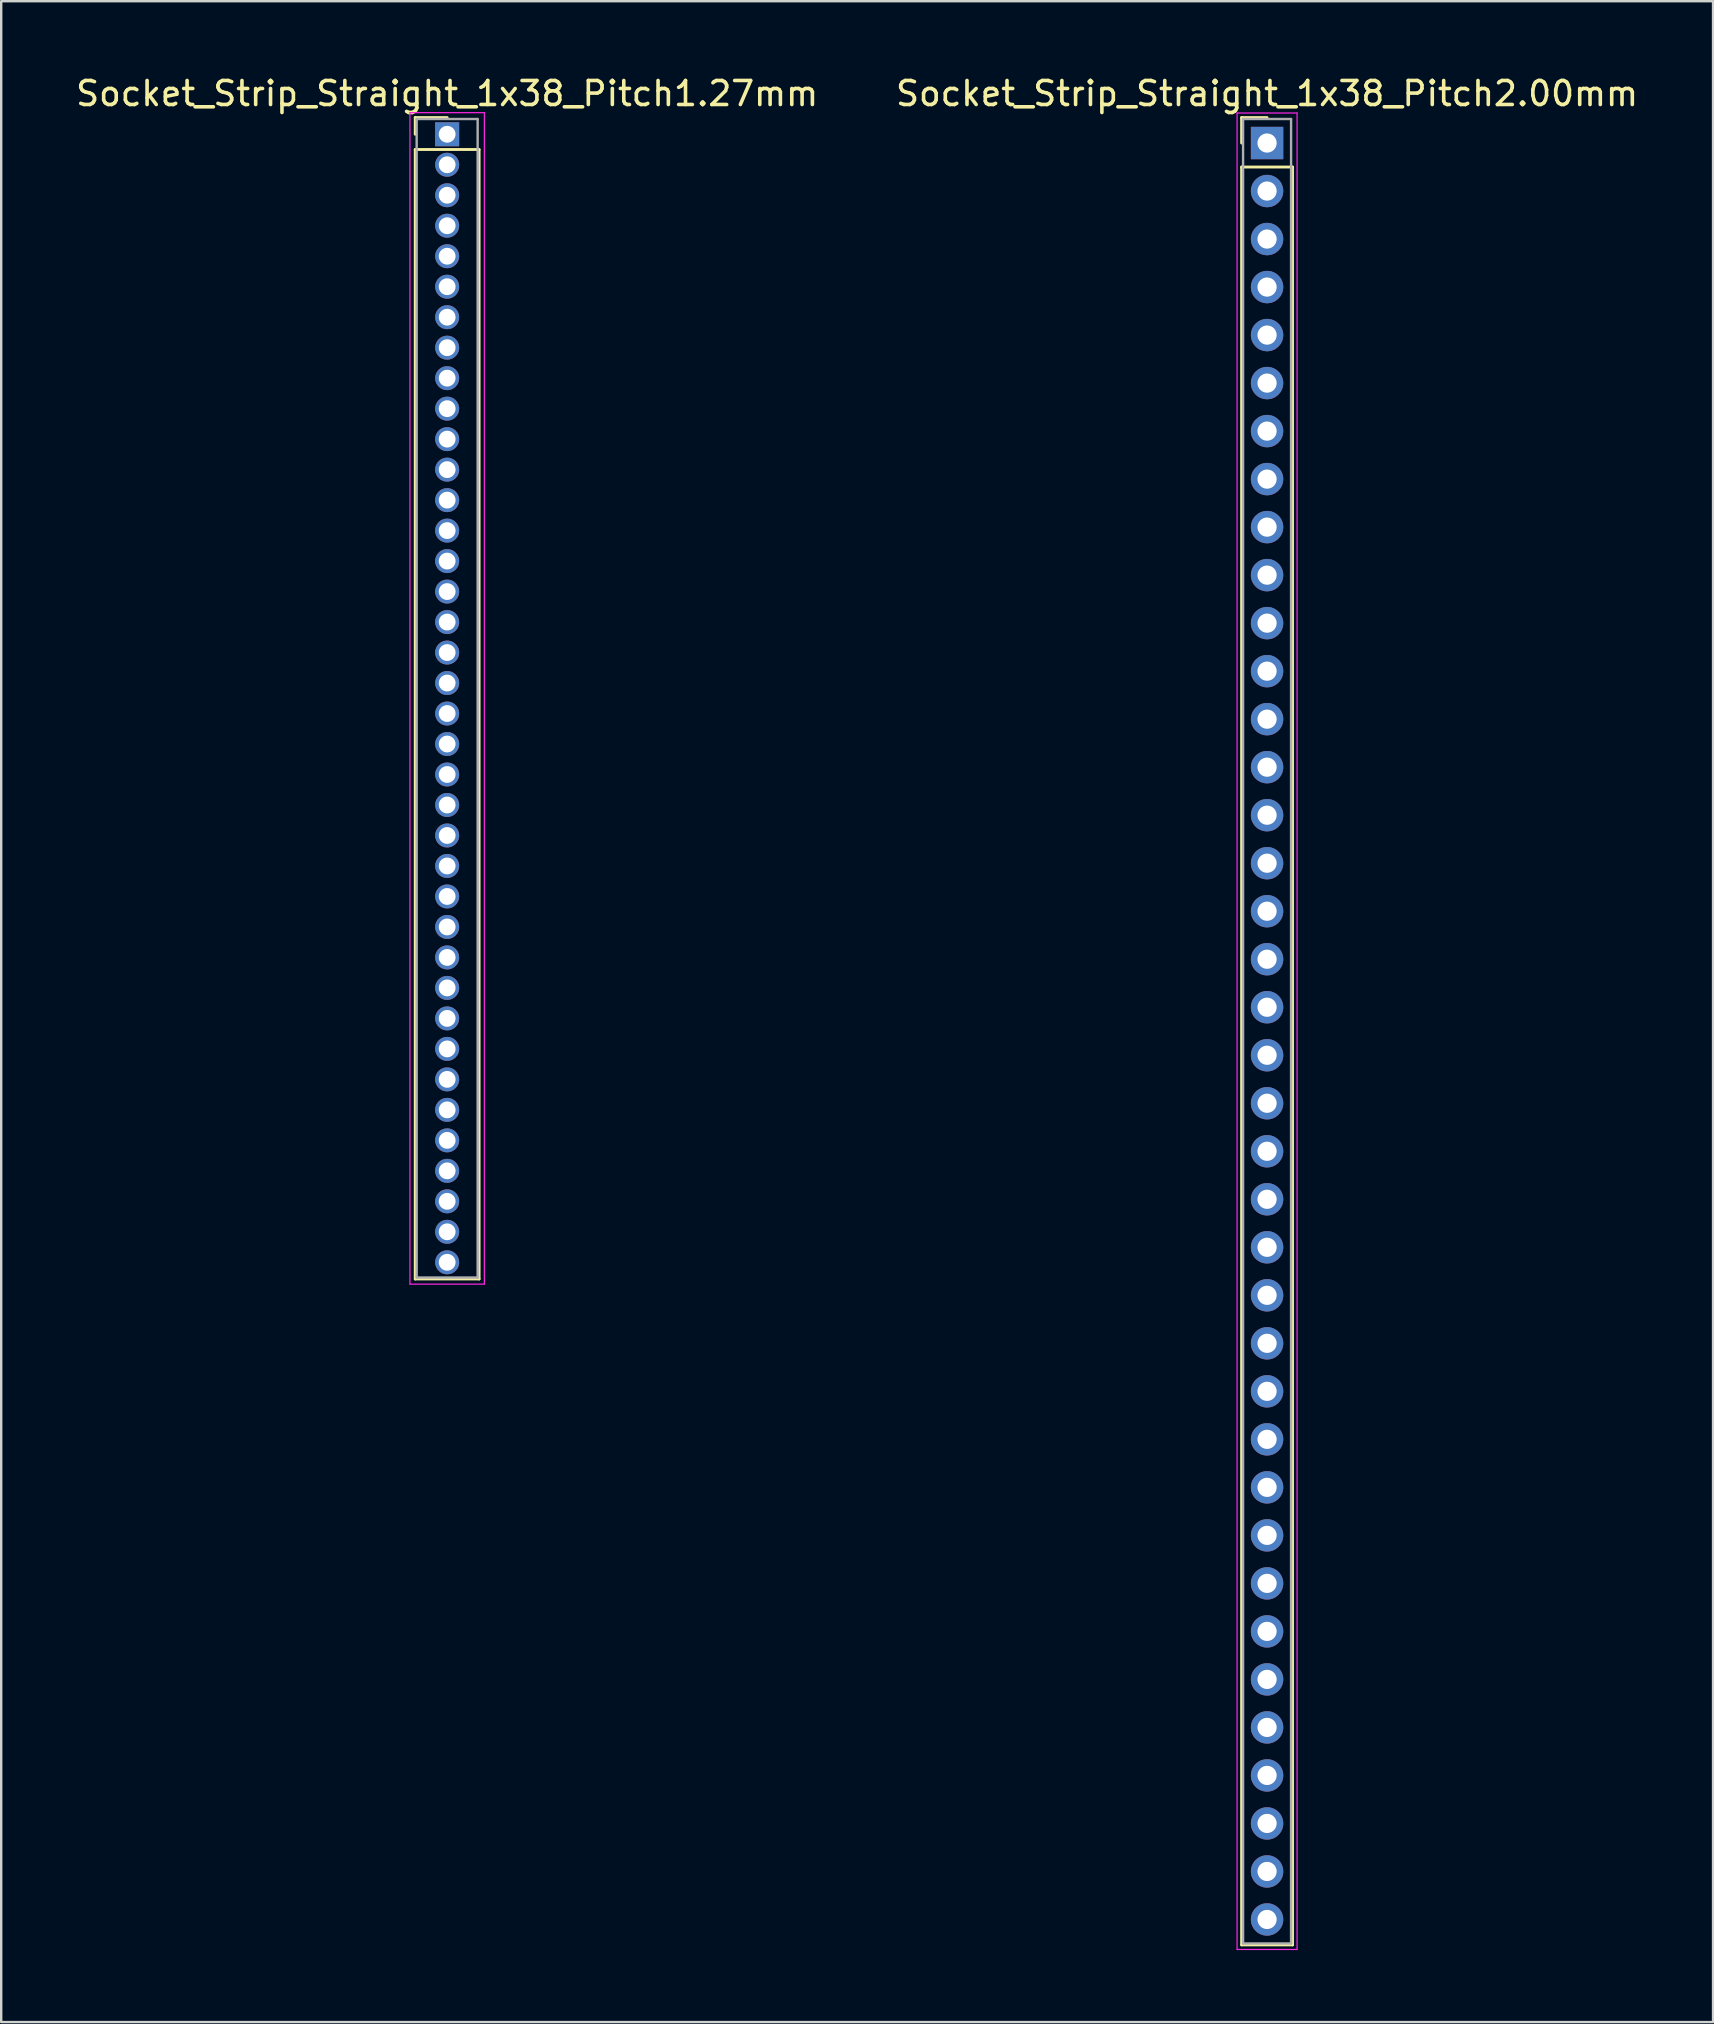
<source format=kicad_pcb>
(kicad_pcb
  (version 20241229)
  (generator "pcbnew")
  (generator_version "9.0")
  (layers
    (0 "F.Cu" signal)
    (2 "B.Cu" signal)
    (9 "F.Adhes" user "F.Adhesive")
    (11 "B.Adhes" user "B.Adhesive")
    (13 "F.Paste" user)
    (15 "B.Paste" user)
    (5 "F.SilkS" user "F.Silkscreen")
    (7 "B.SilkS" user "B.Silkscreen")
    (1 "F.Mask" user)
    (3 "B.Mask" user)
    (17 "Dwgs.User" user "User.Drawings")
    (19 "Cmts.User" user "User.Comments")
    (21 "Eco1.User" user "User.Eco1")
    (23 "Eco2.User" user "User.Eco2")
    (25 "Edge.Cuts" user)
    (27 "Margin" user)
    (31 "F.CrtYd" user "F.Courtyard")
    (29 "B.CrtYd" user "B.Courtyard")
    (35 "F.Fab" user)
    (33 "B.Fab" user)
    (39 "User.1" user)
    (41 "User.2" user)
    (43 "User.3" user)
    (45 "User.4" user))
  (footprint "Socket_Strip_Straight_1x38_Pitch2.00mm"
    (layer "F.Cu")
    (at 49.732 2.908)
    (property "Reference" "Socket_Strip_Straight_1x38_Pitch2.00mm" (at 0 -2.06 0) (layer "F.SilkS") (effects (font (size 1 1) (thickness 0.15))))
    (attr through_hole)
    (fp_line (start -1.06 -1.06) (end 0 -1.06) (stroke (width 0.12) (type solid)) (layer "F.SilkS"))
    (fp_line (start -1.06 0) (end -1.06 -1.06) (stroke (width 0.12) (type solid)) (layer "F.SilkS"))
    (fp_line (start -1.06 1) (end -1.06 75.06) (stroke (width 0.12) (type solid)) (layer "F.SilkS"))
    (fp_line (start -1.06 75.06) (end 1.06 75.06) (stroke (width 0.12) (type solid)) (layer "F.SilkS"))
    (fp_line (start 1.06 1) (end -1.06 1) (stroke (width 0.12) (type solid)) (layer "F.SilkS"))
    (fp_line (start 1.06 75.06) (end 1.06 1) (stroke (width 0.12) (type solid)) (layer "F.SilkS"))
    (fp_line (start -1.25 -1.25) (end -1.25 75.25) (stroke (width 0.05) (type solid)) (layer "F.CrtYd"))
    (fp_line (start -1.25 75.25) (end 1.25 75.25) (stroke (width 0.05) (type solid)) (layer "F.CrtYd"))
    (fp_line (start 1.25 -1.25) (end -1.25 -1.25) (stroke (width 0.05) (type solid)) (layer "F.CrtYd"))
    (fp_line (start 1.25 75.25) (end 1.25 -1.25) (stroke (width 0.05) (type solid)) (layer "F.CrtYd"))
    (fp_line (start -1 -1) (end -1 75) (stroke (width 0.1) (type solid)) (layer "F.Fab"))
    (fp_line (start -1 75) (end 1 75) (stroke (width 0.1) (type solid)) (layer "F.Fab"))
    (fp_line (start 1 -1) (end -1 -1) (stroke (width 0.1) (type solid)) (layer "F.Fab"))
    (fp_line (start 1 75) (end 1 -1) (stroke (width 0.1) (type solid)) (layer "F.Fab"))
    (pad "1" thru_hole rect (at 0 0) (size 1.35 1.35) (drill 0.8) (layers "*.Cu" "*.Mask"))
    (pad "2" thru_hole oval (at 0 2) (size 1.35 1.35) (drill 0.8) (layers "*.Cu" "*.Mask"))
    (pad "3" thru_hole oval (at 0 4) (size 1.35 1.35) (drill 0.8) (layers "*.Cu" "*.Mask"))
    (pad "4" thru_hole oval (at 0 6) (size 1.35 1.35) (drill 0.8) (layers "*.Cu" "*.Mask"))
    (pad "5" thru_hole oval (at 0 8) (size 1.35 1.35) (drill 0.8) (layers "*.Cu" "*.Mask"))
    (pad "6" thru_hole oval (at 0 10) (size 1.35 1.35) (drill 0.8) (layers "*.Cu" "*.Mask"))
    (pad "7" thru_hole oval (at 0 12) (size 1.35 1.35) (drill 0.8) (layers "*.Cu" "*.Mask"))
    (pad "8" thru_hole oval (at 0 14) (size 1.35 1.35) (drill 0.8) (layers "*.Cu" "*.Mask"))
    (pad "9" thru_hole oval (at 0 16) (size 1.35 1.35) (drill 0.8) (layers "*.Cu" "*.Mask"))
    (pad "10" thru_hole oval (at 0 18) (size 1.35 1.35) (drill 0.8) (layers "*.Cu" "*.Mask"))
    (pad "11" thru_hole oval (at 0 20) (size 1.35 1.35) (drill 0.8) (layers "*.Cu" "*.Mask"))
    (pad "12" thru_hole oval (at 0 22) (size 1.35 1.35) (drill 0.8) (layers "*.Cu" "*.Mask"))
    (pad "13" thru_hole oval (at 0 24) (size 1.35 1.35) (drill 0.8) (layers "*.Cu" "*.Mask"))
    (pad "14" thru_hole oval (at 0 26) (size 1.35 1.35) (drill 0.8) (layers "*.Cu" "*.Mask"))
    (pad "15" thru_hole oval (at 0 28) (size 1.35 1.35) (drill 0.8) (layers "*.Cu" "*.Mask"))
    (pad "16" thru_hole oval (at 0 30) (size 1.35 1.35) (drill 0.8) (layers "*.Cu" "*.Mask"))
    (pad "17" thru_hole oval (at 0 32) (size 1.35 1.35) (drill 0.8) (layers "*.Cu" "*.Mask"))
    (pad "18" thru_hole oval (at 0 34) (size 1.35 1.35) (drill 0.8) (layers "*.Cu" "*.Mask"))
    (pad "19" thru_hole oval (at 0 36) (size 1.35 1.35) (drill 0.8) (layers "*.Cu" "*.Mask"))
    (pad "20" thru_hole oval (at 0 38) (size 1.35 1.35) (drill 0.8) (layers "*.Cu" "*.Mask"))
    (pad "21" thru_hole oval (at 0 40) (size 1.35 1.35) (drill 0.8) (layers "*.Cu" "*.Mask"))
    (pad "22" thru_hole oval (at 0 42) (size 1.35 1.35) (drill 0.8) (layers "*.Cu" "*.Mask"))
    (pad "23" thru_hole oval (at 0 44) (size 1.35 1.35) (drill 0.8) (layers "*.Cu" "*.Mask"))
    (pad "24" thru_hole oval (at 0 46) (size 1.35 1.35) (drill 0.8) (layers "*.Cu" "*.Mask"))
    (pad "25" thru_hole oval (at 0 48) (size 1.35 1.35) (drill 0.8) (layers "*.Cu" "*.Mask"))
    (pad "26" thru_hole oval (at 0 50) (size 1.35 1.35) (drill 0.8) (layers "*.Cu" "*.Mask"))
    (pad "27" thru_hole oval (at 0 52) (size 1.35 1.35) (drill 0.8) (layers "*.Cu" "*.Mask"))
    (pad "28" thru_hole oval (at 0 54) (size 1.35 1.35) (drill 0.8) (layers "*.Cu" "*.Mask"))
    (pad "29" thru_hole oval (at 0 56) (size 1.35 1.35) (drill 0.8) (layers "*.Cu" "*.Mask"))
    (pad "30" thru_hole oval (at 0 58) (size 1.35 1.35) (drill 0.8) (layers "*.Cu" "*.Mask"))
    (pad "31" thru_hole oval (at 0 60) (size 1.35 1.35) (drill 0.8) (layers "*.Cu" "*.Mask"))
    (pad "32" thru_hole oval (at 0 62) (size 1.35 1.35) (drill 0.8) (layers "*.Cu" "*.Mask"))
    (pad "33" thru_hole oval (at 0 64) (size 1.35 1.35) (drill 0.8) (layers "*.Cu" "*.Mask"))
    (pad "34" thru_hole oval (at 0 66) (size 1.35 1.35) (drill 0.8) (layers "*.Cu" "*.Mask"))
    (pad "35" thru_hole oval (at 0 68) (size 1.35 1.35) (drill 0.8) (layers "*.Cu" "*.Mask"))
    (pad "36" thru_hole oval (at 0 70) (size 1.35 1.35) (drill 0.8) (layers "*.Cu" "*.Mask"))
    (pad "37" thru_hole oval (at 0 72) (size 1.35 1.35) (drill 0.8) (layers "*.Cu" "*.Mask"))
    (pad "38" thru_hole oval (at 0 74) (size 1.35 1.35) (drill 0.8) (layers "*.Cu" "*.Mask")))
  (footprint "Socket_Strip_Straight_1x38_Pitch1.27mm"
    (layer "F.Cu")
    (at 15.577 2.543)
    (property "Reference" "Socket_Strip_Straight_1x38_Pitch1.27mm" (at 0 -1.695 0) (layer "F.SilkS") (effects (font (size 1 1) (thickness 0.15))))
    (attr through_hole)
    (fp_line (start -1.33 -0.695) (end 0 -0.695) (stroke (width 0.12) (type solid)) (layer "F.SilkS"))
    (fp_line (start -1.33 0) (end -1.33 -0.695) (stroke (width 0.12) (type solid)) (layer "F.SilkS"))
    (fp_line (start -1.33 0.635) (end -1.33 47.685) (stroke (width 0.12) (type solid)) (layer "F.SilkS"))
    (fp_line (start -1.33 47.685) (end 1.33 47.685) (stroke (width 0.12) (type solid)) (layer "F.SilkS"))
    (fp_line (start 1.33 0.635) (end -1.33 0.635) (stroke (width 0.12) (type solid)) (layer "F.SilkS"))
    (fp_line (start 1.33 47.685) (end 1.33 0.635) (stroke (width 0.12) (type solid)) (layer "F.SilkS"))
    (fp_line (start -1.55 -0.9) (end -1.55 47.9) (stroke (width 0.05) (type solid)) (layer "F.CrtYd"))
    (fp_line (start -1.55 47.9) (end 1.55 47.9) (stroke (width 0.05) (type solid)) (layer "F.CrtYd"))
    (fp_line (start 1.55 -0.9) (end -1.55 -0.9) (stroke (width 0.05) (type solid)) (layer "F.CrtYd"))
    (fp_line (start 1.55 47.9) (end 1.55 -0.9) (stroke (width 0.05) (type solid)) (layer "F.CrtYd"))
    (fp_line (start -1.27 -0.635) (end -1.27 47.625) (stroke (width 0.1) (type solid)) (layer "F.Fab"))
    (fp_line (start -1.27 47.625) (end 1.27 47.625) (stroke (width 0.1) (type solid)) (layer "F.Fab"))
    (fp_line (start 1.27 -0.635) (end -1.27 -0.635) (stroke (width 0.1) (type solid)) (layer "F.Fab"))
    (fp_line (start 1.27 47.625) (end 1.27 -0.635) (stroke (width 0.1) (type solid)) (layer "F.Fab"))
    (pad "1" thru_hole rect (at 0 0) (size 1 1) (drill 0.7) (layers "*.Cu" "*.Mask"))
    (pad "2" thru_hole oval (at 0 1.27) (size 1 1) (drill 0.7) (layers "*.Cu" "*.Mask"))
    (pad "3" thru_hole oval (at 0 2.54) (size 1 1) (drill 0.7) (layers "*.Cu" "*.Mask"))
    (pad "4" thru_hole oval (at 0 3.81) (size 1 1) (drill 0.7) (layers "*.Cu" "*.Mask"))
    (pad "5" thru_hole oval (at 0 5.08) (size 1 1) (drill 0.7) (layers "*.Cu" "*.Mask"))
    (pad "6" thru_hole oval (at 0 6.35) (size 1 1) (drill 0.7) (layers "*.Cu" "*.Mask"))
    (pad "7" thru_hole oval (at 0 7.62) (size 1 1) (drill 0.7) (layers "*.Cu" "*.Mask"))
    (pad "8" thru_hole oval (at 0 8.89) (size 1 1) (drill 0.7) (layers "*.Cu" "*.Mask"))
    (pad "9" thru_hole oval (at 0 10.16) (size 1 1) (drill 0.7) (layers "*.Cu" "*.Mask"))
    (pad "10" thru_hole oval (at 0 11.43) (size 1 1) (drill 0.7) (layers "*.Cu" "*.Mask"))
    (pad "11" thru_hole oval (at 0 12.7) (size 1 1) (drill 0.7) (layers "*.Cu" "*.Mask"))
    (pad "12" thru_hole oval (at 0 13.97) (size 1 1) (drill 0.7) (layers "*.Cu" "*.Mask"))
    (pad "13" thru_hole oval (at 0 15.24) (size 1 1) (drill 0.7) (layers "*.Cu" "*.Mask"))
    (pad "14" thru_hole oval (at 0 16.51) (size 1 1) (drill 0.7) (layers "*.Cu" "*.Mask"))
    (pad "15" thru_hole oval (at 0 17.78) (size 1 1) (drill 0.7) (layers "*.Cu" "*.Mask"))
    (pad "16" thru_hole oval (at 0 19.05) (size 1 1) (drill 0.7) (layers "*.Cu" "*.Mask"))
    (pad "17" thru_hole oval (at 0 20.32) (size 1 1) (drill 0.7) (layers "*.Cu" "*.Mask"))
    (pad "18" thru_hole oval (at 0 21.59) (size 1 1) (drill 0.7) (layers "*.Cu" "*.Mask"))
    (pad "19" thru_hole oval (at 0 22.86) (size 1 1) (drill 0.7) (layers "*.Cu" "*.Mask"))
    (pad "20" thru_hole oval (at 0 24.13) (size 1 1) (drill 0.7) (layers "*.Cu" "*.Mask"))
    (pad "21" thru_hole oval (at 0 25.4) (size 1 1) (drill 0.7) (layers "*.Cu" "*.Mask"))
    (pad "22" thru_hole oval (at 0 26.67) (size 1 1) (drill 0.7) (layers "*.Cu" "*.Mask"))
    (pad "23" thru_hole oval (at 0 27.94) (size 1 1) (drill 0.7) (layers "*.Cu" "*.Mask"))
    (pad "24" thru_hole oval (at 0 29.21) (size 1 1) (drill 0.7) (layers "*.Cu" "*.Mask"))
    (pad "25" thru_hole oval (at 0 30.48) (size 1 1) (drill 0.7) (layers "*.Cu" "*.Mask"))
    (pad "26" thru_hole oval (at 0 31.75) (size 1 1) (drill 0.7) (layers "*.Cu" "*.Mask"))
    (pad "27" thru_hole oval (at 0 33.02) (size 1 1) (drill 0.7) (layers "*.Cu" "*.Mask"))
    (pad "28" thru_hole oval (at 0 34.29) (size 1 1) (drill 0.7) (layers "*.Cu" "*.Mask"))
    (pad "29" thru_hole oval (at 0 35.56) (size 1 1) (drill 0.7) (layers "*.Cu" "*.Mask"))
    (pad "30" thru_hole oval (at 0 36.83) (size 1 1) (drill 0.7) (layers "*.Cu" "*.Mask"))
    (pad "31" thru_hole oval (at 0 38.1) (size 1 1) (drill 0.7) (layers "*.Cu" "*.Mask"))
    (pad "32" thru_hole oval (at 0 39.37) (size 1 1) (drill 0.7) (layers "*.Cu" "*.Mask"))
    (pad "33" thru_hole oval (at 0 40.64) (size 1 1) (drill 0.7) (layers "*.Cu" "*.Mask"))
    (pad "34" thru_hole oval (at 0 41.91) (size 1 1) (drill 0.7) (layers "*.Cu" "*.Mask"))
    (pad "35" thru_hole oval (at 0 43.18) (size 1 1) (drill 0.7) (layers "*.Cu" "*.Mask"))
    (pad "36" thru_hole oval (at 0 44.45) (size 1 1) (drill 0.7) (layers "*.Cu" "*.Mask"))
    (pad "37" thru_hole oval (at 0 45.72) (size 1 1) (drill 0.7) (layers "*.Cu" "*.Mask"))
    (pad "38" thru_hole oval (at 0 46.99) (size 1 1) (drill 0.7) (layers "*.Cu" "*.Mask")))
  (gr_rect
    (start -3 -3)
    (end 68.31 81.183)
    (stroke (width 0.1) (type default))
    (fill no)
    (layer "Edge.Cuts")))
</source>
